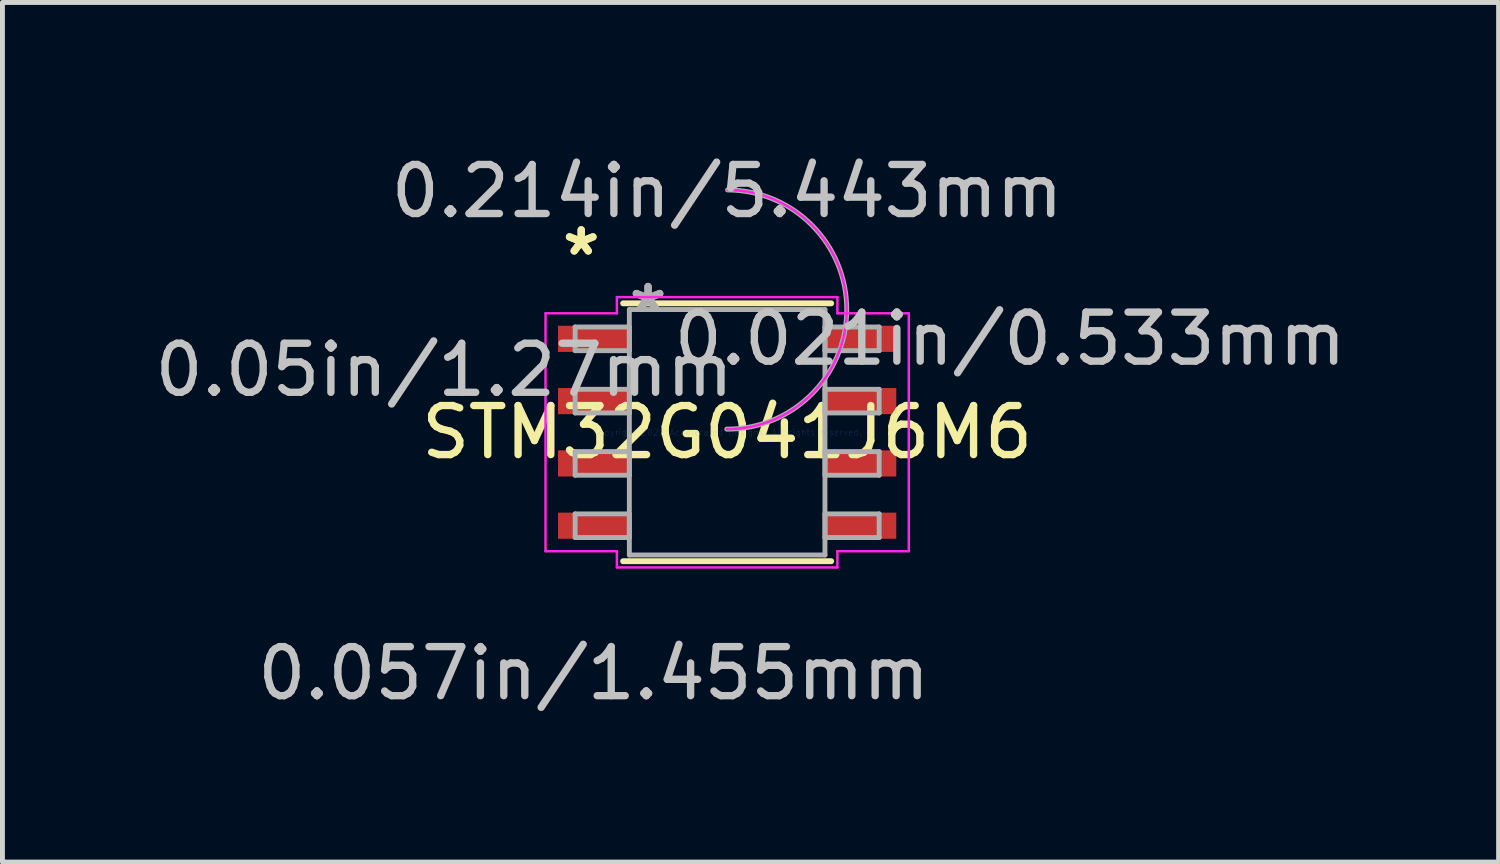
<source format=kicad_pcb>
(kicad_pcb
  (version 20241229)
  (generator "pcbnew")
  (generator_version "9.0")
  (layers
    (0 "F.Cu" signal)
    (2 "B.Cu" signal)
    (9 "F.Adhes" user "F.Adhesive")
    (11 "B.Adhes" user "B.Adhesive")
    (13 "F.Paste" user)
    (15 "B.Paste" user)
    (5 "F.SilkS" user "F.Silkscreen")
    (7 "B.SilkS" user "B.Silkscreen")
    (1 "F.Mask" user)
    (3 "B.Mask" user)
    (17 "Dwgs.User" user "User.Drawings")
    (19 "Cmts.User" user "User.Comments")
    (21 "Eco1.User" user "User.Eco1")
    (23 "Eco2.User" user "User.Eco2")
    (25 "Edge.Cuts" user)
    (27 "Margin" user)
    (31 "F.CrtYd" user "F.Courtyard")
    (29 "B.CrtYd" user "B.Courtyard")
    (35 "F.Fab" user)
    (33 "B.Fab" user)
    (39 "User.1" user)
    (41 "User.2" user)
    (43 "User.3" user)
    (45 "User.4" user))
  (footprint "STM32G041J6M6"
    (layer "F.Cu")
    (at 11.775 5.763)
    (property "Reference" "STM32G041J6M6" (at 0 0 0) (layer "F.SilkS") (effects (font (size 1 1) (thickness 0.15))))
    (attr through_hole)
    (fp_line (start -2.121 2.629) (end 2.121 2.629) (stroke (width 0.12) (type solid)) (layer "F.SilkS"))
    (fp_line (start 2.121 -2.629) (end -2.121 -2.629) (stroke (width 0.12) (type solid)) (layer "F.SilkS"))
    (fp_line (start -3.703 -2.425) (end -2.248 -2.425) (stroke (width 0.05) (type solid)) (layer "F.CrtYd"))
    (fp_line (start -3.703 2.425) (end -3.703 -2.425) (stroke (width 0.05) (type solid)) (layer "F.CrtYd"))
    (fp_line (start -2.248 -2.756) (end 2.248 -2.756) (stroke (width 0.05) (type solid)) (layer "F.CrtYd"))
    (fp_line (start -2.248 -2.425) (end -2.248 -2.756) (stroke (width 0.05) (type solid)) (layer "F.CrtYd"))
    (fp_line (start -2.248 2.425) (end -3.703 2.425) (stroke (width 0.05) (type solid)) (layer "F.CrtYd"))
    (fp_line (start -2.248 2.756) (end -2.248 2.425) (stroke (width 0.05) (type solid)) (layer "F.CrtYd"))
    (fp_line (start 2.248 -2.756) (end 2.248 -2.425) (stroke (width 0.05) (type solid)) (layer "F.CrtYd"))
    (fp_line (start 2.248 -2.425) (end 3.703 -2.425) (stroke (width 0.05) (type solid)) (layer "F.CrtYd"))
    (fp_line (start 2.248 2.425) (end 2.248 2.756) (stroke (width 0.05) (type solid)) (layer "F.CrtYd"))
    (fp_line (start 2.248 2.756) (end -2.248 2.756) (stroke (width 0.05) (type solid)) (layer "F.CrtYd"))
    (fp_line (start 3.703 -2.425) (end 3.703 2.425) (stroke (width 0.05) (type solid)) (layer "F.CrtYd"))
    (fp_line (start 3.703 2.425) (end 2.248 2.425) (stroke (width 0.05) (type solid)) (layer "F.CrtYd"))
    (fp_arc (start 0.008441 -4.940252) (mid 2.438352 -2.493459) (end -0.008441 -0.063548) (stroke (width 0.05) (type solid)) (layer "F.CrtYd"))
    (fp_line (start -3.099 -2.146) (end -3.099 -1.664) (stroke (width 0.1) (type solid)) (layer "F.Fab"))
    (fp_line (start -3.099 -1.664) (end -1.994 -1.664) (stroke (width 0.1) (type solid)) (layer "F.Fab"))
    (fp_line (start -3.099 -0.876) (end -3.099 -0.394) (stroke (width 0.1) (type solid)) (layer "F.Fab"))
    (fp_line (start -3.099 -0.394) (end -1.994 -0.394) (stroke (width 0.1) (type solid)) (layer "F.Fab"))
    (fp_line (start -3.099 0.394) (end -3.099 0.876) (stroke (width 0.1) (type solid)) (layer "F.Fab"))
    (fp_line (start -3.099 0.876) (end -1.994 0.876) (stroke (width 0.1) (type solid)) (layer "F.Fab"))
    (fp_line (start -3.099 1.664) (end -3.099 2.146) (stroke (width 0.1) (type solid)) (layer "F.Fab"))
    (fp_line (start -3.099 2.146) (end -1.994 2.146) (stroke (width 0.1) (type solid)) (layer "F.Fab"))
    (fp_line (start -1.994 -2.502) (end -1.994 2.502) (stroke (width 0.1) (type solid)) (layer "F.Fab"))
    (fp_line (start -1.994 -2.146) (end -3.099 -2.146) (stroke (width 0.1) (type solid)) (layer "F.Fab"))
    (fp_line (start -1.994 -1.664) (end -1.994 -2.146) (stroke (width 0.1) (type solid)) (layer "F.Fab"))
    (fp_line (start -1.994 -0.876) (end -3.099 -0.876) (stroke (width 0.1) (type solid)) (layer "F.Fab"))
    (fp_line (start -1.994 -0.394) (end -1.994 -0.876) (stroke (width 0.1) (type solid)) (layer "F.Fab"))
    (fp_line (start -1.994 0.394) (end -3.099 0.394) (stroke (width 0.1) (type solid)) (layer "F.Fab"))
    (fp_line (start -1.994 0.876) (end -1.994 0.394) (stroke (width 0.1) (type solid)) (layer "F.Fab"))
    (fp_line (start -1.994 1.664) (end -3.099 1.664) (stroke (width 0.1) (type solid)) (layer "F.Fab"))
    (fp_line (start -1.994 2.146) (end -1.994 1.664) (stroke (width 0.1) (type solid)) (layer "F.Fab"))
    (fp_line (start -1.994 2.502) (end 1.994 2.502) (stroke (width 0.1) (type solid)) (layer "F.Fab"))
    (fp_line (start 1.994 -2.502) (end -1.994 -2.502) (stroke (width 0.1) (type solid)) (layer "F.Fab"))
    (fp_line (start 1.994 -2.146) (end 1.994 -1.664) (stroke (width 0.1) (type solid)) (layer "F.Fab"))
    (fp_line (start 1.994 -1.664) (end 3.099 -1.664) (stroke (width 0.1) (type solid)) (layer "F.Fab"))
    (fp_line (start 1.994 -0.876) (end 1.994 -0.394) (stroke (width 0.1) (type solid)) (layer "F.Fab"))
    (fp_line (start 1.994 -0.394) (end 3.099 -0.394) (stroke (width 0.1) (type solid)) (layer "F.Fab"))
    (fp_line (start 1.994 0.394) (end 1.994 0.876) (stroke (width 0.1) (type solid)) (layer "F.Fab"))
    (fp_line (start 1.994 0.876) (end 3.099 0.876) (stroke (width 0.1) (type solid)) (layer "F.Fab"))
    (fp_line (start 1.994 1.664) (end 1.994 2.146) (stroke (width 0.1) (type solid)) (layer "F.Fab"))
    (fp_line (start 1.994 2.146) (end 3.099 2.146) (stroke (width 0.1) (type solid)) (layer "F.Fab"))
    (fp_line (start 1.994 2.502) (end 1.994 -2.502) (stroke (width 0.1) (type solid)) (layer "F.Fab"))
    (fp_line (start 3.099 -2.146) (end 1.994 -2.146) (stroke (width 0.1) (type solid)) (layer "F.Fab"))
    (fp_line (start 3.099 -1.664) (end 3.099 -2.146) (stroke (width 0.1) (type solid)) (layer "F.Fab"))
    (fp_line (start 3.099 -0.876) (end 1.994 -0.876) (stroke (width 0.1) (type solid)) (layer "F.Fab"))
    (fp_line (start 3.099 -0.394) (end 3.099 -0.876) (stroke (width 0.1) (type solid)) (layer "F.Fab"))
    (fp_line (start 3.099 0.394) (end 1.994 0.394) (stroke (width 0.1) (type solid)) (layer "F.Fab"))
    (fp_line (start 3.099 0.876) (end 3.099 0.394) (stroke (width 0.1) (type solid)) (layer "F.Fab"))
    (fp_line (start 3.099 1.664) (end 1.994 1.664) (stroke (width 0.1) (type solid)) (layer "F.Fab"))
    (fp_line (start 3.099 2.146) (end 3.099 1.664) (stroke (width 0.1) (type solid)) (layer "F.Fab"))
    (fp_arc (start 0.007742 -4.940252) (mid 2.438352 -2.494158) (end -0.007742 -0.063548) (stroke (width 0.1) (type solid)) (layer "F.Fab"))
    (fp_text user "*" (at -2.975 -3.581 0) (layer "F.SilkS") (effects (font (size 1 1) (thickness 0.15))))
    (fp_text user "*" (at -2.975 -3.581 0) (layer "F.SilkS") (effects (font (size 1 1) (thickness 0.15))))
    (fp_text user "0.057in/1.455mm" (at -2.721 4.915 0) (layer "Dwgs.User") (effects (font (size 1 1) (thickness 0.15))))
    (fp_text user "0.05in/1.27mm" (at -5.769 -1.27 0) (layer "Dwgs.User") (effects (font (size 1 1) (thickness 0.15))))
    (fp_text user "0.214in/5.443mm" (at 0 -4.915 0) (layer "Dwgs.User") (effects (font (size 1 1) (thickness 0.15))))
    (fp_text user "0.021in/0.533mm" (at 5.769 -1.905 0) (layer "Dwgs.User") (effects (font (size 1 1) (thickness 0.15))))
    (fp_text user "Copyright 2021 Accelerated Designs. All rights reserved." (at 0 0 0) (layer "Cmts.User") (effects (font (size 0.127 0.127) (thickness 0.002))))
    (fp_text user "*" (at -1.613 -2.426 0) (layer "F.Fab") (effects (font (size 1 1) (thickness 0.15))))
    (fp_text user "*" (at -1.613 -2.426 0) (layer "F.Fab") (effects (font (size 1 1) (thickness 0.15))))
    (pad "1" smd rect (at -2.721 -1.905) (size 1.455 0.533) (layers "F.Cu" "F.Mask" "F.Paste"))
    (pad "2" smd rect (at -2.721 -0.635) (size 1.455 0.533) (layers "F.Cu" "F.Mask" "F.Paste"))
    (pad "3" smd rect (at -2.721 0.635) (size 1.455 0.533) (layers "F.Cu" "F.Mask" "F.Paste"))
    (pad "4" smd rect (at -2.721 1.905) (size 1.455 0.533) (layers "F.Cu" "F.Mask" "F.Paste"))
    (pad "5" smd rect (at 2.721 1.905) (size 1.455 0.533) (layers "F.Cu" "F.Mask" "F.Paste"))
    (pad "6" smd rect (at 2.721 0.635) (size 1.455 0.533) (layers "F.Cu" "F.Mask" "F.Paste"))
    (pad "7" smd rect (at 2.721 -0.635) (size 1.455 0.533) (layers "F.Cu" "F.Mask" "F.Paste"))
    (pad "8" smd rect (at 2.721 -1.905) (size 1.455 0.533) (layers "F.Cu" "F.Mask" "F.Paste")))
  (gr_rect
    (start -3 -3)
    (end 27.503 14.526)
    (stroke (width 0.1) (type default))
    (fill no)
    (layer "Edge.Cuts")))
</source>
